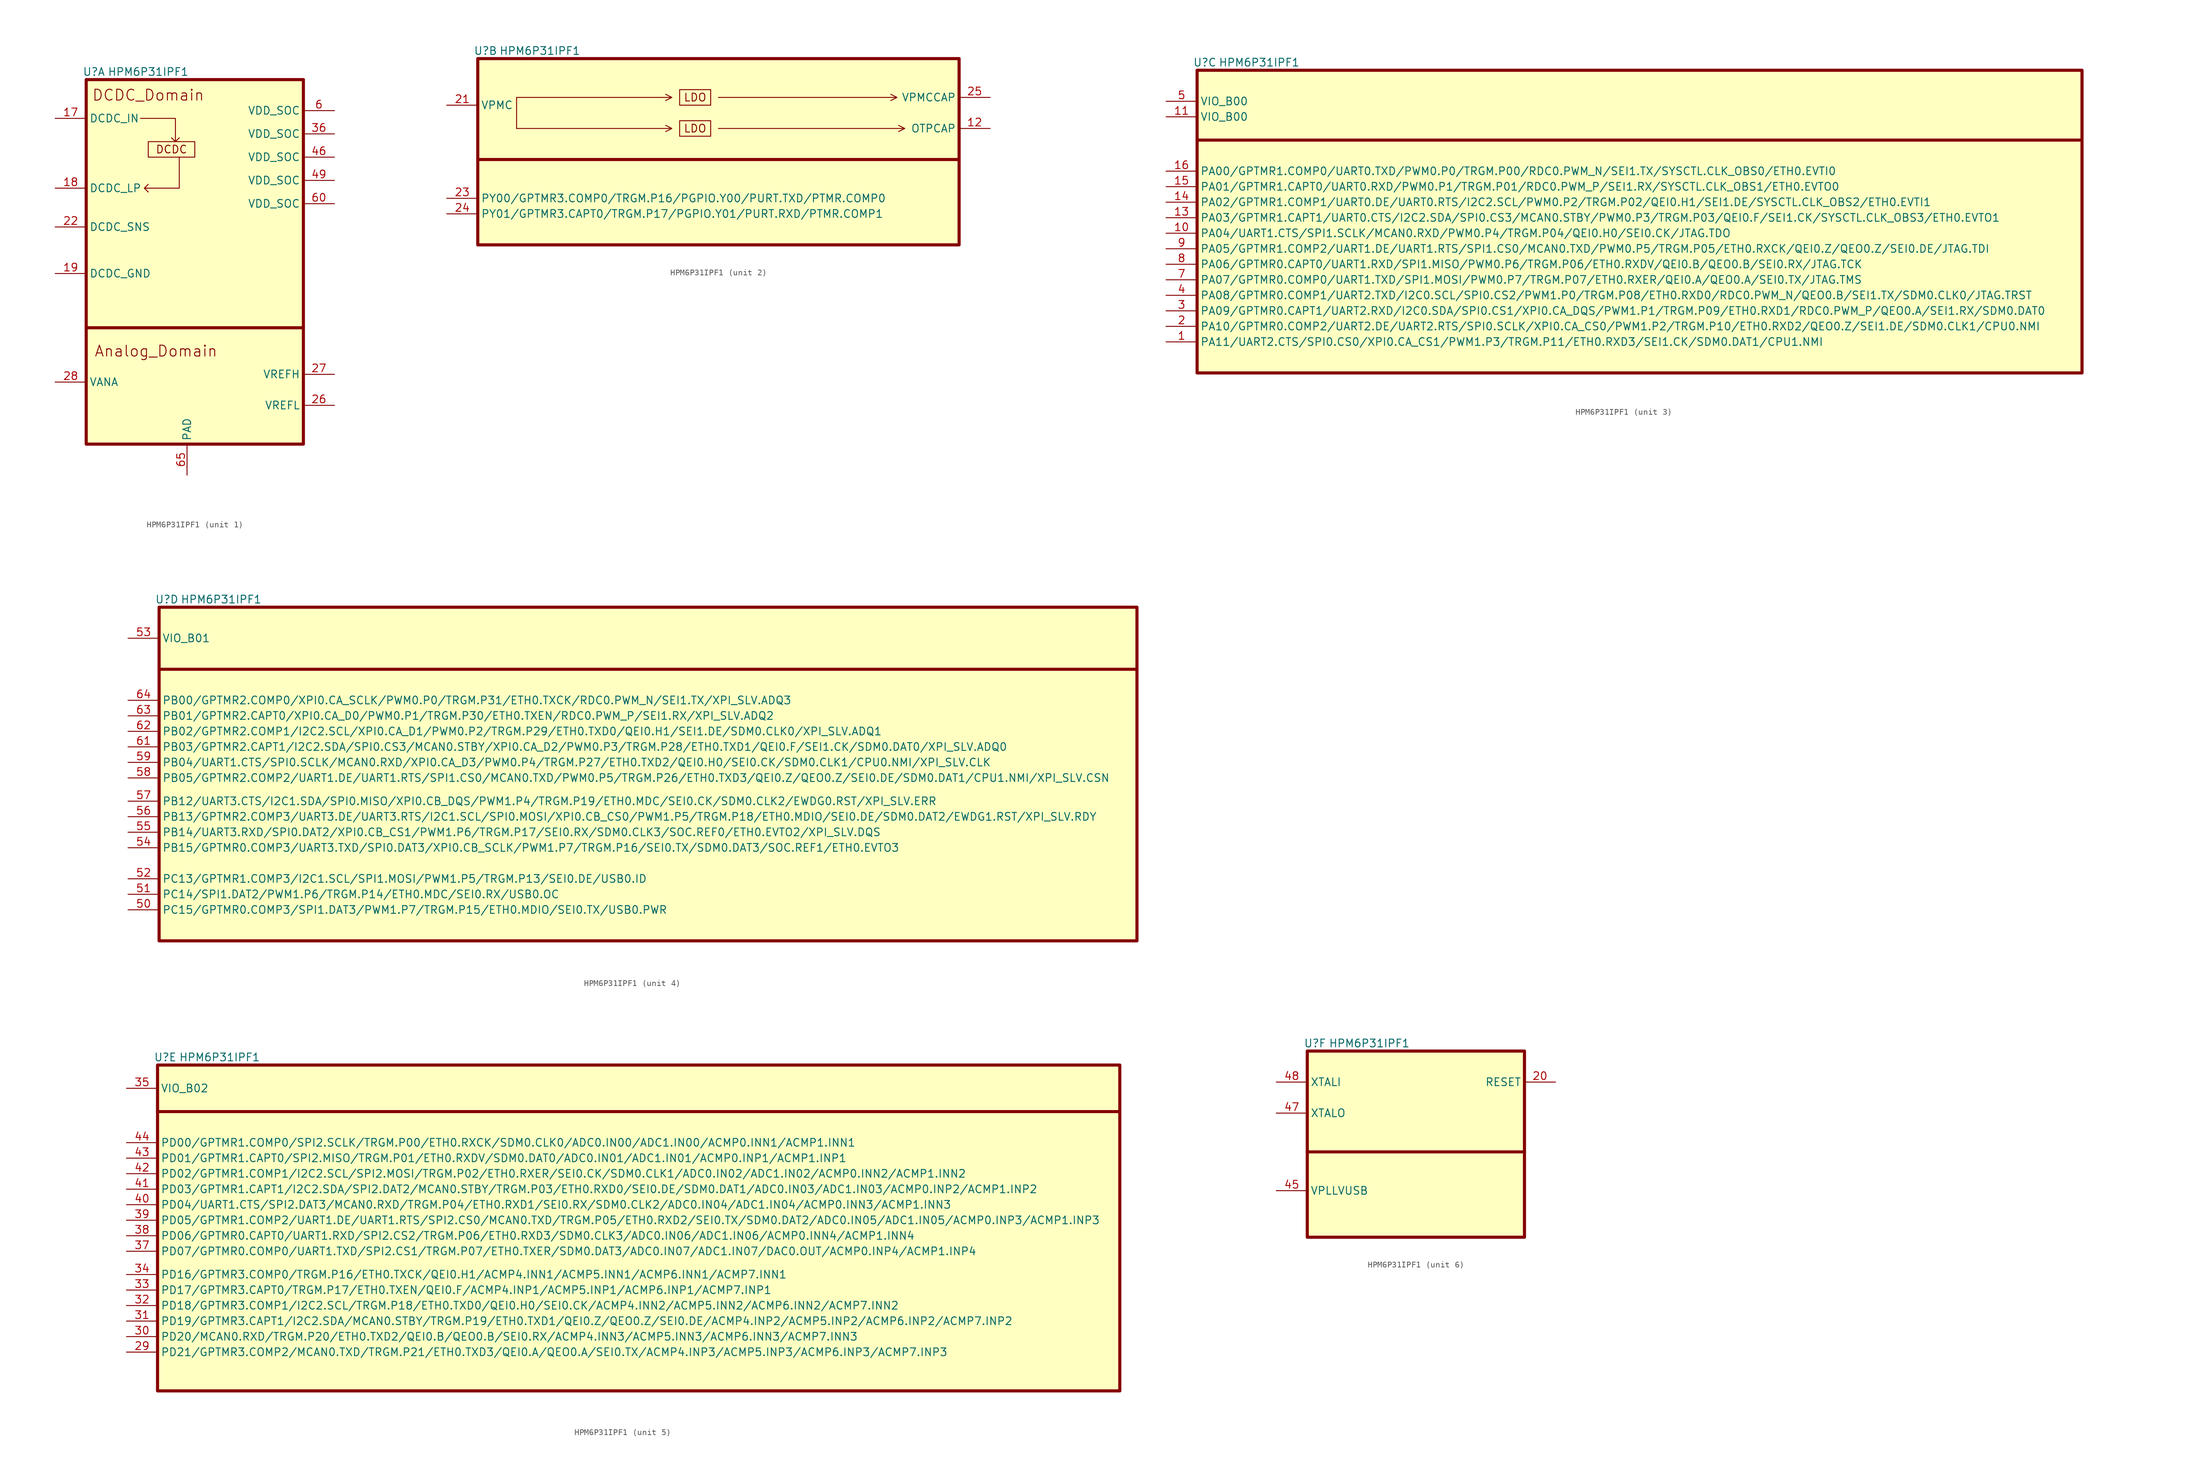
<source format=kicad_sym>
(kicad_symbol_lib
  (version 20220914)
  (generator kicad_symbol_editor)
  (symbol "HPM6P31IPF1"
    (property "Reference" "U"
      (at 1.27 1.27 0)
      (effects (font (size 1.27 1.27))))
    (property "Value" "HPM6P31IPF1"
      (at 10.16 1.27 0)
      (effects (font (size 1.27 1.27))))
    (property "ki_locked" ""
      (at 0 0 0)
      (effects (font (size 1.27 1.27))))
    (symbol "HPM6P31IPF1_1_1"
      (polyline (pts (xy 0 -40.64) (xy 35.56 -40.64)) (stroke (width 0.508) (type default)) (fill (type none)))
      (polyline (pts (xy 8.89 -6.35) (xy 14.605 -6.35) (xy 14.605 -10.16) (xy 13.97 -9.525) (xy 14.605 -10.16) (xy 15.24 -9.525)) (stroke (width 0) (type default)) (fill (type none)))
      (polyline (pts (xy 15.24 -12.7) (xy 15.24 -17.78) (xy 9.525 -17.78) (xy 10.16 -17.145) (xy 9.525 -17.78) (xy 10.16 -18.415)) (stroke (width 0) (type default)) (fill (type none)))
      (rectangle (start 0 0) (end 35.56 -59.69) (stroke (width 0.508) (type default)) (fill (type background)))
      (rectangle (start 10.16 -10.16) (end 17.78 -12.7) (stroke (width 0) (type default)) (fill (type none)))
      (text "Analog_Domain" (at 11.43 -44.45 0) (effects (font (size 1.778 1.778))))
      (text "DCDC" (at 13.97 -11.43 0) (effects (font (size 1.27 1.27))))
      (text "DCDC_Domain" (at 10.16 -2.54 0) (effects (font (size 1.778 1.778))))
      (pin power_in line (at -5.08 -6.35 0) (length 5.08) (name "DCDC_IN" (effects (font (size 1.27 1.27)))) (number "17" (effects (font (size 1.27 1.27)))))
      (pin power_in line (at -5.08 -17.78 0) (length 5.08) (name "DCDC_LP" (effects (font (size 1.27 1.27)))) (number "18" (effects (font (size 1.27 1.27)))))
      (pin power_in line (at -5.08 -31.75 0) (length 5.08) (name "DCDC_GND" (effects (font (size 1.27 1.27)))) (number "19" (effects (font (size 1.27 1.27)))))
      (pin power_in line (at -5.08 -24.13 0) (length 5.08) (name "DCDC_SNS" (effects (font (size 1.27 1.27)))) (number "22" (effects (font (size 1.27 1.27)))))
      (pin power_in line (at 40.64 -53.34 180) (length 5.08) (name "VREFL" (effects (font (size 1.27 1.27)))) (number "26" (effects (font (size 1.27 1.27)))))
      (pin power_in line (at 40.64 -48.26 180) (length 5.08) (name "VREFH" (effects (font (size 1.27 1.27)))) (number "27" (effects (font (size 1.27 1.27)))))
      (pin power_in line (at -5.08 -49.53 0) (length 5.08) (name "VANA" (effects (font (size 1.27 1.27)))) (number "28" (effects (font (size 1.27 1.27)))))
      (pin power_out line (at 40.64 -8.89 180) (length 5.08) (name "VDD_SOC" (effects (font (size 1.27 1.27)))) (number "36" (effects (font (size 1.27 1.27)))))
      (pin power_out line (at 40.64 -12.7 180) (length 5.08) (name "VDD_SOC" (effects (font (size 1.27 1.27)))) (number "46" (effects (font (size 1.27 1.27)))))
      (pin power_out line (at 40.64 -16.51 180) (length 5.08) (name "VDD_SOC" (effects (font (size 1.27 1.27)))) (number "49" (effects (font (size 1.27 1.27)))))
      (pin power_out line (at 40.64 -5.08 180) (length 5.08) (name "VDD_SOC" (effects (font (size 1.27 1.27)))) (number "6" (effects (font (size 1.27 1.27)))))
      (pin power_out line (at 40.64 -20.32 180) (length 5.08) (name "VDD_SOC" (effects (font (size 1.27 1.27)))) (number "60" (effects (font (size 1.27 1.27)))))
      (pin power_out line (at 16.51 -64.77 90) (length 5.08) (name "PAD" (effects (font (size 1.27 1.27)))) (number "65" (effects (font (size 1.27 1.27))))))
    (symbol "HPM6P31IPF1_2_0"
      (polyline (pts (xy 6.35 -11.43) (xy 31.75 -11.43) (xy 30.734 -10.922) (xy 31.75 -11.43) (xy 30.734 -11.938)) (stroke (width 0) (type default)) (fill (type none)))
      (polyline (pts (xy 6.35 -6.35) (xy 31.75 -6.35) (xy 30.734 -5.842) (xy 31.75 -6.35) (xy 30.734 -6.858)) (stroke (width 0) (type default)) (fill (type none)))
      (polyline (pts (xy 39.37 -11.43) (xy 69.85 -11.43) (xy 68.834 -10.922) (xy 69.85 -11.43) (xy 68.834 -11.938)) (stroke (width 0) (type default)) (fill (type none)))
      (polyline (pts (xy 39.37 -6.35) (xy 68.58 -6.35) (xy 67.564 -5.842) (xy 68.58 -6.35) (xy 67.564 -6.858)) (stroke (width 0) (type default)) (fill (type none))))
    (symbol "HPM6P31IPF1_2_1"
      (polyline (pts (xy 0 -16.51) (xy 78.74 -16.51)) (stroke (width 0.508) (type default)) (fill (type none)))
      (polyline (pts (xy 6.35 -6.35) (xy 6.35 -11.43)) (stroke (width 0) (type default)) (fill (type none)))
      (rectangle (start 0 0) (end 78.74 -30.48) (stroke (width 0.508) (type default)) (fill (type background)))
      (rectangle (start 33.02 -10.16) (end 38.1 -12.7) (stroke (width 0) (type default)) (fill (type none)))
      (rectangle (start 33.02 -5.08) (end 38.1 -7.62) (stroke (width 0) (type default)) (fill (type none)))
      (text "LDO" (at 35.56 -11.43 0) (effects (font (size 1.27 1.27))))
      (text "LDO" (at 35.56 -6.35 0) (effects (font (size 1.27 1.27))))
      (pin power_out line (at 83.82 -11.43 180) (length 5.08) (name "OTPCAP" (effects (font (size 1.27 1.27)))) (number "12" (effects (font (size 1.27 1.27)))))
      (pin power_in line (at -5.08 -7.62 0) (length 5.08) (name "VPMC" (effects (font (size 1.27 1.27)))) (number "21" (effects (font (size 1.27 1.27)))))
      (pin bidirectional line (at -5.08 -22.86 0) (length 5.08) (name "PY00/GPTMR3.COMP0/TRGM.P16/PGPIO.Y00/PURT.TXD/PTMR.COMP0" (effects (font (size 1.27 1.27)))) (number "23" (effects (font (size 1.27 1.27)))))
      (pin bidirectional line (at -5.08 -25.4 0) (length 5.08) (name "PY01/GPTMR3.CAPT0/TRGM.P17/PGPIO.Y01/PURT.RXD/PTMR.COMP1" (effects (font (size 1.27 1.27)))) (number "24" (effects (font (size 1.27 1.27)))))
      (pin power_out line (at 83.82 -6.35 180) (length 5.08) (name "VPMCCAP" (effects (font (size 1.27 1.27)))) (number "25" (effects (font (size 1.27 1.27))))))
    (symbol "HPM6P31IPF1_3_1"
      (polyline (pts (xy 0 -11.43) (xy 144.78 -11.43)) (stroke (width 0.5) (type default)) (fill (type none)))
      (rectangle (start 0 0) (end 144.78 -49.53) (stroke (width 0.508) (type default)) (fill (type background)))
      (pin bidirectional line (at -5.08 -44.45 0) (length 5.08) (name "PA11/UART2.CTS/SPI0.CS0/XPI0.CA_CS1/PWM1.P3/TRGM.P11/ETH0.RXD3/SEI1.CK/SDM0.DAT1/CPU1.NMI" (effects (font (size 1.27 1.27)))) (number "1" (effects (font (size 1.27 1.27)))))
      (pin bidirectional line (at -5.08 -26.67 0) (length 5.08) (name "PA04/UART1.CTS/SPI1.SCLK/MCAN0.RXD/PWM0.P4/TRGM.P04/QEI0.H0/SEI0.CK/JTAG.TDO" (effects (font (size 1.27 1.27)))) (number "10" (effects (font (size 1.27 1.27)))))
      (pin power_in line (at -5.08 -7.62 0) (length 5.08) (name "VIO_B00" (effects (font (size 1.27 1.27)))) (number "11" (effects (font (size 1.27 1.27)))))
      (pin bidirectional line (at -5.08 -24.13 0) (length 5.08) (name "PA03/GPTMR1.CAPT1/UART0.CTS/I2C2.SDA/SPI0.CS3/MCAN0.STBY/PWM0.P3/TRGM.P03/QEI0.F/SEI1.CK/SYSCTL.CLK_OBS3/ETH0.EVTO1" (effects (font (size 1.27 1.27)))) (number "13" (effects (font (size 1.27 1.27)))))
      (pin bidirectional line (at -5.08 -21.59 0) (length 5.08) (name "PA02/GPTMR1.COMP1/UART0.DE/UART0.RTS/I2C2.SCL/PWM0.P2/TRGM.P02/QEI0.H1/SEI1.DE/SYSCTL.CLK_OBS2/ETH0.EVTI1" (effects (font (size 1.27 1.27)))) (number "14" (effects (font (size 1.27 1.27)))))
      (pin bidirectional line (at -5.08 -19.05 0) (length 5.08) (name "PA01/GPTMR1.CAPT0/UART0.RXD/PWM0.P1/TRGM.P01/RDC0.PWM_P/SEI1.RX/SYSCTL.CLK_OBS1/ETH0.EVTO0" (effects (font (size 1.27 1.27)))) (number "15" (effects (font (size 1.27 1.27)))))
      (pin bidirectional line (at -5.08 -16.51 0) (length 5.08) (name "PA00/GPTMR1.COMP0/UART0.TXD/PWM0.P0/TRGM.P00/RDC0.PWM_N/SEI1.TX/SYSCTL.CLK_OBS0/ETH0.EVTI0" (effects (font (size 1.27 1.27)))) (number "16" (effects (font (size 1.27 1.27)))))
      (pin bidirectional line (at -5.08 -41.91 0) (length 5.08) (name "PA10/GPTMR0.COMP2/UART2.DE/UART2.RTS/SPI0.SCLK/XPI0.CA_CS0/PWM1.P2/TRGM.P10/ETH0.RXD2/QEO0.Z/SEI1.DE/SDM0.CLK1/CPU0.NMI" (effects (font (size 1.27 1.27)))) (number "2" (effects (font (size 1.27 1.27)))))
      (pin bidirectional line (at -5.08 -39.37 0) (length 5.08) (name "PA09/GPTMR0.CAPT1/UART2.RXD/I2C0.SDA/SPI0.CS1/XPI0.CA_DQS/PWM1.P1/TRGM.P09/ETH0.RXD1/RDC0.PWM_P/QEO0.A/SEI1.RX/SDM0.DAT0" (effects (font (size 1.27 1.27)))) (number "3" (effects (font (size 1.27 1.27)))))
      (pin bidirectional line (at -5.08 -36.83 0) (length 5.08) (name "PA08/GPTMR0.COMP1/UART2.TXD/I2C0.SCL/SPI0.CS2/PWM1.P0/TRGM.P08/ETH0.RXD0/RDC0.PWM_N/QEO0.B/SEI1.TX/SDM0.CLK0/JTAG.TRST" (effects (font (size 1.27 1.27)))) (number "4" (effects (font (size 1.27 1.27)))))
      (pin power_in line (at -5.08 -5.08 0) (length 5.08) (name "VIO_B00" (effects (font (size 1.27 1.27)))) (number "5" (effects (font (size 1.27 1.27)))))
      (pin bidirectional line (at -5.08 -34.29 0) (length 5.08) (name "PA07/GPTMR0.COMP0/UART1.TXD/SPI1.MOSI/PWM0.P7/TRGM.P07/ETH0.RXER/QEI0.A/QEO0.A/SEI0.TX/JTAG.TMS" (effects (font (size 1.27 1.27)))) (number "7" (effects (font (size 1.27 1.27)))))
      (pin bidirectional line (at -5.08 -31.75 0) (length 5.08) (name "PA06/GPTMR0.CAPT0/UART1.RXD/SPI1.MISO/PWM0.P6/TRGM.P06/ETH0.RXDV/QEI0.B/QEO0.B/SEI0.RX/JTAG.TCK" (effects (font (size 1.27 1.27)))) (number "8" (effects (font (size 1.27 1.27)))))
      (pin bidirectional line (at -5.08 -29.21 0) (length 5.08) (name "PA05/GPTMR1.COMP2/UART1.DE/UART1.RTS/SPI1.CS0/MCAN0.TXD/PWM0.P5/TRGM.P05/ETH0.RXCK/QEI0.Z/QEO0.Z/SEI0.DE/JTAG.TDI" (effects (font (size 1.27 1.27)))) (number "9" (effects (font (size 1.27 1.27))))))
    (symbol "HPM6P31IPF1_4_1"
      (polyline (pts (xy 0 -10.16) (xy 160.02 -10.16)) (stroke (width 0.5) (type default)) (fill (type none)))
      (rectangle (start 0 0) (end 160.02 -54.61) (stroke (width 0.508) (type default)) (fill (type background)))
      (pin bidirectional line (at -5.08 -49.53 0) (length 5.08) (name "PC15/GPTMR0.COMP3/SPI1.DAT3/PWM1.P7/TRGM.P15/ETH0.MDIO/SEI0.TX/USB0.PWR" (effects (font (size 1.27 1.27)))) (number "50" (effects (font (size 1.27 1.27)))))
      (pin bidirectional line (at -5.08 -46.99 0) (length 5.08) (name "PC14/SPI1.DAT2/PWM1.P6/TRGM.P14/ETH0.MDC/SEI0.RX/USB0.OC" (effects (font (size 1.27 1.27)))) (number "51" (effects (font (size 1.27 1.27)))))
      (pin bidirectional line (at -5.08 -44.45 0) (length 5.08) (name "PC13/GPTMR1.COMP3/I2C1.SCL/SPI1.MOSI/PWM1.P5/TRGM.P13/SEI0.DE/USB0.ID" (effects (font (size 1.27 1.27)))) (number "52" (effects (font (size 1.27 1.27)))))
      (pin power_in line (at -5.08 -5.08 0) (length 5.08) (name "VIO_B01" (effects (font (size 1.27 1.27)))) (number "53" (effects (font (size 1.27 1.27)))))
      (pin bidirectional line (at -5.08 -39.37 0) (length 5.08) (name "PB15/GPTMR0.COMP3/UART3.TXD/SPI0.DAT3/XPI0.CB_SCLK/PWM1.P7/TRGM.P16/SEI0.TX/SDM0.DAT3/SOC.REF1/ETH0.EVTO3" (effects (font (size 1.27 1.27)))) (number "54" (effects (font (size 1.27 1.27)))))
      (pin bidirectional line (at -5.08 -36.83 0) (length 5.08) (name "PB14/UART3.RXD/SPI0.DAT2/XPI0.CB_CS1/PWM1.P6/TRGM.P17/SEI0.RX/SDM0.CLK3/SOC.REF0/ETH0.EVTO2/XPI_SLV.DQS" (effects (font (size 1.27 1.27)))) (number "55" (effects (font (size 1.27 1.27)))))
      (pin bidirectional line (at -5.08 -34.29 0) (length 5.08) (name "PB13/GPTMR2.COMP3/UART3.DE/UART3.RTS/I2C1.SCL/SPI0.MOSI/XPI0.CB_CS0/PWM1.P5/TRGM.P18/ETH0.MDIO/SEI0.DE/SDM0.DAT2/EWDG1.RST/XPI_SLV.RDY" (effects (font (size 1.27 1.27)))) (number "56" (effects (font (size 1.27 1.27)))))
      (pin bidirectional line (at -5.08 -31.75 0) (length 5.08) (name "PB12/UART3.CTS/I2C1.SDA/SPI0.MISO/XPI0.CB_DQS/PWM1.P4/TRGM.P19/ETH0.MDC/SEI0.CK/SDM0.CLK2/EWDG0.RST/XPI_SLV.ERR" (effects (font (size 1.27 1.27)))) (number "57" (effects (font (size 1.27 1.27)))))
      (pin bidirectional line (at -5.08 -27.94 0) (length 5.08) (name "PB05/GPTMR2.COMP2/UART1.DE/UART1.RTS/SPI1.CS0/MCAN0.TXD/PWM0.P5/TRGM.P26/ETH0.TXD3/QEI0.Z/QEO0.Z/SEI0.DE/SDM0.DAT1/CPU1.NMI/XPI_SLV.CSN" (effects (font (size 1.27 1.27)))) (number "58" (effects (font (size 1.27 1.27)))))
      (pin bidirectional line (at -5.08 -25.4 0) (length 5.08) (name "PB04/UART1.CTS/SPI0.SCLK/MCAN0.RXD/XPI0.CA_D3/PWM0.P4/TRGM.P27/ETH0.TXD2/QEI0.H0/SEI0.CK/SDM0.CLK1/CPU0.NMI/XPI_SLV.CLK" (effects (font (size 1.27 1.27)))) (number "59" (effects (font (size 1.27 1.27)))))
      (pin bidirectional line (at -5.08 -22.86 0) (length 5.08) (name "PB03/GPTMR2.CAPT1/I2C2.SDA/SPI0.CS3/MCAN0.STBY/XPI0.CA_D2/PWM0.P3/TRGM.P28/ETH0.TXD1/QEI0.F/SEI1.CK/SDM0.DAT0/XPI_SLV.ADQ0" (effects (font (size 1.27 1.27)))) (number "61" (effects (font (size 1.27 1.27)))))
      (pin bidirectional line (at -5.08 -20.32 0) (length 5.08) (name "PB02/GPTMR2.COMP1/I2C2.SCL/XPI0.CA_D1/PWM0.P2/TRGM.P29/ETH0.TXD0/QEI0.H1/SEI1.DE/SDM0.CLK0/XPI_SLV.ADQ1" (effects (font (size 1.27 1.27)))) (number "62" (effects (font (size 1.27 1.27)))))
      (pin bidirectional line (at -5.08 -17.78 0) (length 5.08) (name "PB01/GPTMR2.CAPT0/XPI0.CA_D0/PWM0.P1/TRGM.P30/ETH0.TXEN/RDC0.PWM_P/SEI1.RX/XPI_SLV.ADQ2" (effects (font (size 1.27 1.27)))) (number "63" (effects (font (size 1.27 1.27)))))
      (pin bidirectional line (at -5.08 -15.24 0) (length 5.08) (name "PB00/GPTMR2.COMP0/XPI0.CA_SCLK/PWM0.P0/TRGM.P31/ETH0.TXCK/RDC0.PWM_N/SEI1.TX/XPI_SLV.ADQ3" (effects (font (size 1.27 1.27)))) (number "64" (effects (font (size 1.27 1.27))))))
    (symbol "HPM6P31IPF1_5_1"
      (polyline (pts (xy 0 -7.62) (xy 157.48 -7.62)) (stroke (width 0.5) (type default)) (fill (type none)))
      (rectangle (start 0 0) (end 157.48 -53.34) (stroke (width 0.508) (type default)) (fill (type background)))
      (pin bidirectional line (at -5.08 -46.99 0) (length 5.08) (name "PD21/GPTMR3.COMP2/MCAN0.TXD/TRGM.P21/ETH0.TXD3/QEI0.A/QEO0.A/SEI0.TX/ACMP4.INP3/ACMP5.INP3/ACMP6.INP3/ACMP7.INP3" (effects (font (size 1.27 1.27)))) (number "29" (effects (font (size 1.27 1.27)))))
      (pin bidirectional line (at -5.08 -44.45 0) (length 5.08) (name "PD20/MCAN0.RXD/TRGM.P20/ETH0.TXD2/QEI0.B/QEO0.B/SEI0.RX/ACMP4.INN3/ACMP5.INN3/ACMP6.INN3/ACMP7.INN3" (effects (font (size 1.27 1.27)))) (number "30" (effects (font (size 1.27 1.27)))))
      (pin bidirectional line (at -5.08 -41.91 0) (length 5.08) (name "PD19/GPTMR3.CAPT1/I2C2.SDA/MCAN0.STBY/TRGM.P19/ETH0.TXD1/QEI0.Z/QEO0.Z/SEI0.DE/ACMP4.INP2/ACMP5.INP2/ACMP6.INP2/ACMP7.INP2" (effects (font (size 1.27 1.27)))) (number "31" (effects (font (size 1.27 1.27)))))
      (pin bidirectional line (at -5.08 -39.37 0) (length 5.08) (name "PD18/GPTMR3.COMP1/I2C2.SCL/TRGM.P18/ETH0.TXD0/QEI0.H0/SEI0.CK/ACMP4.INN2/ACMP5.INN2/ACMP6.INN2/ACMP7.INN2" (effects (font (size 1.27 1.27)))) (number "32" (effects (font (size 1.27 1.27)))))
      (pin bidirectional line (at -5.08 -36.83 0) (length 5.08) (name "PD17/GPTMR3.CAPT0/TRGM.P17/ETH0.TXEN/QEI0.F/ACMP4.INP1/ACMP5.INP1/ACMP6.INP1/ACMP7.INP1" (effects (font (size 1.27 1.27)))) (number "33" (effects (font (size 1.27 1.27)))))
      (pin bidirectional line (at -5.08 -34.29 0) (length 5.08) (name "PD16/GPTMR3.COMP0/TRGM.P16/ETH0.TXCK/QEI0.H1/ACMP4.INN1/ACMP5.INN1/ACMP6.INN1/ACMP7.INN1" (effects (font (size 1.27 1.27)))) (number "34" (effects (font (size 1.27 1.27)))))
      (pin power_in line (at -5.08 -3.81 0) (length 5.08) (name "VIO_B02" (effects (font (size 1.27 1.27)))) (number "35" (effects (font (size 1.27 1.27)))))
      (pin bidirectional line (at -5.08 -30.48 0) (length 5.08) (name "PD07/GPTMR0.COMP0/UART1.TXD/SPI2.CS1/TRGM.P07/ETH0.TXER/SDM0.DAT3/ADC0.IN07/ADC1.IN07/DAC0.OUT/ACMP0.INP4/ACMP1.INP4" (effects (font (size 1.27 1.27)))) (number "37" (effects (font (size 1.27 1.27)))))
      (pin bidirectional line (at -5.08 -27.94 0) (length 5.08) (name "PD06/GPTMR0.CAPT0/UART1.RXD/SPI2.CS2/TRGM.P06/ETH0.RXD3/SDM0.CLK3/ADC0.IN06/ADC1.IN06/ACMP0.INN4/ACMP1.INN4" (effects (font (size 1.27 1.27)))) (number "38" (effects (font (size 1.27 1.27)))))
      (pin bidirectional line (at -5.08 -25.4 0) (length 5.08) (name "PD05/GPTMR1.COMP2/UART1.DE/UART1.RTS/SPI2.CS0/MCAN0.TXD/TRGM.P05/ETH0.RXD2/SEI0.TX/SDM0.DAT2/ADC0.IN05/ADC1.IN05/ACMP0.INP3/ACMP1.INP3" (effects (font (size 1.27 1.27)))) (number "39" (effects (font (size 1.27 1.27)))))
      (pin bidirectional line (at -5.08 -22.86 0) (length 5.08) (name "PD04/UART1.CTS/SPI2.DAT3/MCAN0.RXD/TRGM.P04/ETH0.RXD1/SEI0.RX/SDM0.CLK2/ADC0.IN04/ADC1.IN04/ACMP0.INN3/ACMP1.INN3" (effects (font (size 1.27 1.27)))) (number "40" (effects (font (size 1.27 1.27)))))
      (pin bidirectional line (at -5.08 -20.32 0) (length 5.08) (name "PD03/GPTMR1.CAPT1/I2C2.SDA/SPI2.DAT2/MCAN0.STBY/TRGM.P03/ETH0.RXD0/SEI0.DE/SDM0.DAT1/ADC0.IN03/ADC1.IN03/ACMP0.INP2/ACMP1.INP2" (effects (font (size 1.27 1.27)))) (number "41" (effects (font (size 1.27 1.27)))))
      (pin bidirectional line (at -5.08 -17.78 0) (length 5.08) (name "PD02/GPTMR1.COMP1/I2C2.SCL/SPI2.MOSI/TRGM.P02/ETH0.RXER/SEI0.CK/SDM0.CLK1/ADC0.IN02/ADC1.IN02/ACMP0.INN2/ACMP1.INN2" (effects (font (size 1.27 1.27)))) (number "42" (effects (font (size 1.27 1.27)))))
      (pin bidirectional line (at -5.08 -15.24 0) (length 5.08) (name "PD01/GPTMR1.CAPT0/SPI2.MISO/TRGM.P01/ETH0.RXDV/SDM0.DAT0/ADC0.IN01/ADC1.IN01/ACMP0.INP1/ACMP1.INP1" (effects (font (size 1.27 1.27)))) (number "43" (effects (font (size 1.27 1.27)))))
      (pin bidirectional line (at -5.08 -12.7 0) (length 5.08) (name "PD00/GPTMR1.COMP0/SPI2.SCLK/TRGM.P00/ETH0.RXCK/SDM0.CLK0/ADC0.IN00/ADC1.IN00/ACMP0.INN1/ACMP1.INN1" (effects (font (size 1.27 1.27)))) (number "44" (effects (font (size 1.27 1.27))))))
    (symbol "HPM6P31IPF1_6_1"
      (polyline (pts (xy 0 -16.51) (xy 35.56 -16.51)) (stroke (width 0.5) (type default)) (fill (type none)))
      (rectangle (start 0 0) (end 35.56 -30.48) (stroke (width 0.508) (type default)) (fill (type background)))
      (pin input line (at 40.64 -5.08 180) (length 5.08) (name "RESET" (effects (font (size 1.27 1.27)))) (number "20" (effects (font (size 1.27 1.27)))))
      (pin input line (at -5.08 -22.86 0) (length 5.08) (name "VPLLVUSB" (effects (font (size 1.27 1.27)))) (number "45" (effects (font (size 1.27 1.27)))))
      (pin output line (at -5.08 -10.16 0) (length 5.08) (name "XTALO" (effects (font (size 1.27 1.27)))) (number "47" (effects (font (size 1.27 1.27)))))
      (pin input line (at -5.08 -5.08 0) (length 5.08) (name "XTALI" (effects (font (size 1.27 1.27)))) (number "48" (effects (font (size 1.27 1.27))))))))
</source>
